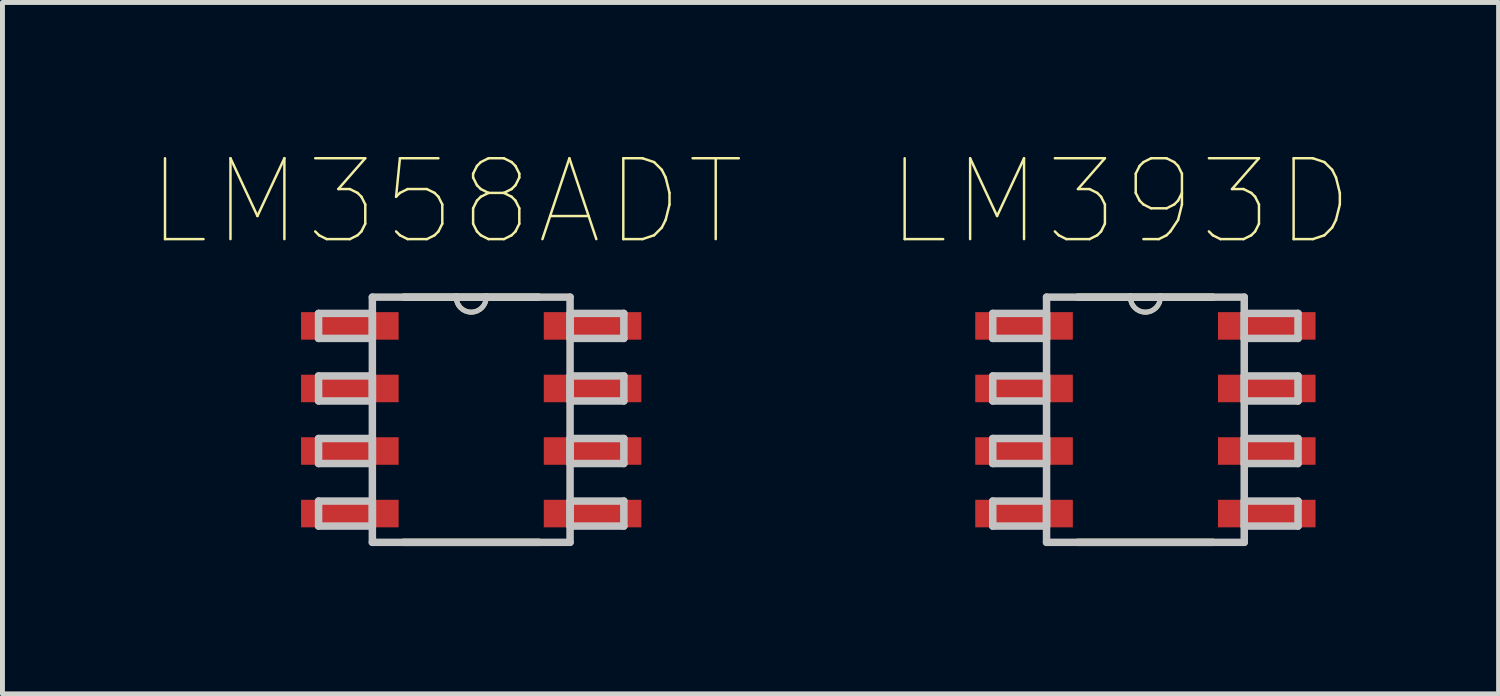
<source format=kicad_pcb>
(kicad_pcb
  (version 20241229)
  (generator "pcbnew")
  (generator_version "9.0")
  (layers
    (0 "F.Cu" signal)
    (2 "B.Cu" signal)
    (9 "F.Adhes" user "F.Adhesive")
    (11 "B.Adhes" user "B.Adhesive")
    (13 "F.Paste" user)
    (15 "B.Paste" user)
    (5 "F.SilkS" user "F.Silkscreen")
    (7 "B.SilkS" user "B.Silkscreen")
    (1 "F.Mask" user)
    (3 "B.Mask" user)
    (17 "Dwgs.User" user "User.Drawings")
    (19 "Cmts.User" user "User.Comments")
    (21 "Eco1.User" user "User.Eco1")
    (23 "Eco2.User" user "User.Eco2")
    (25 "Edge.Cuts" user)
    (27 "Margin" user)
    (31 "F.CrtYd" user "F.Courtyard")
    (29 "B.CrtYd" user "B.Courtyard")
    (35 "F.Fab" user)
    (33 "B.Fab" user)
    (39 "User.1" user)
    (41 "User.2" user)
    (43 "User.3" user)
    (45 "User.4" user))
  (footprint "LM358ADT"
    (layer "F.Cu")
    (at 6.517 5.472)
    (property "Reference" "LM358ADT" (at -0.509 -4.424 0) (layer "F.SilkS") (effects (font (size 1.642 1.642) (thickness 0.05))))
    (attr smd)
    (fp_line (start -1.372 2.489) (end 1.372 2.489) (stroke (width 0.152) (type solid)) (layer "F.SilkS"))
    (fp_line (start -0.305 -2.489) (end -1.372 -2.489) (stroke (width 0.152) (type solid)) (layer "F.SilkS"))
    (fp_line (start 0.305 -2.489) (end -0.305 -2.489) (stroke (width 0.152) (type solid)) (layer "F.SilkS"))
    (fp_line (start 1.372 -2.489) (end 0.305 -2.489) (stroke (width 0.152) (type solid)) (layer "F.SilkS"))
    (fp_arc (start 0.3048 -2.4892) (mid 0 -2.1844) (end -0.3048 -2.4892) (stroke (width 0.1) (type solid)) (layer "F.SilkS"))
    (fp_line (start -3.099 -2.159) (end -3.099 -1.651) (stroke (width 0.152) (type solid)) (layer "Dwgs.User"))
    (fp_line (start -3.099 -1.651) (end -2.007 -1.651) (stroke (width 0.152) (type solid)) (layer "Dwgs.User"))
    (fp_line (start -3.099 -0.889) (end -3.099 -0.381) (stroke (width 0.152) (type solid)) (layer "Dwgs.User"))
    (fp_line (start -3.099 -0.381) (end -2.007 -0.381) (stroke (width 0.152) (type solid)) (layer "Dwgs.User"))
    (fp_line (start -3.099 0.381) (end -3.099 0.889) (stroke (width 0.152) (type solid)) (layer "Dwgs.User"))
    (fp_line (start -3.099 0.889) (end -2.007 0.889) (stroke (width 0.152) (type solid)) (layer "Dwgs.User"))
    (fp_line (start -3.099 1.651) (end -3.099 2.159) (stroke (width 0.152) (type solid)) (layer "Dwgs.User"))
    (fp_line (start -3.099 2.159) (end -2.007 2.159) (stroke (width 0.152) (type solid)) (layer "Dwgs.User"))
    (fp_line (start -2.007 -2.489) (end -2.007 2.489) (stroke (width 0.152) (type solid)) (layer "Dwgs.User"))
    (fp_line (start -2.007 -2.159) (end -3.099 -2.159) (stroke (width 0.152) (type solid)) (layer "Dwgs.User"))
    (fp_line (start -2.007 -1.651) (end -2.007 -2.159) (stroke (width 0.152) (type solid)) (layer "Dwgs.User"))
    (fp_line (start -2.007 -0.889) (end -3.099 -0.889) (stroke (width 0.152) (type solid)) (layer "Dwgs.User"))
    (fp_line (start -2.007 -0.381) (end -2.007 -0.889) (stroke (width 0.152) (type solid)) (layer "Dwgs.User"))
    (fp_line (start -2.007 0.381) (end -3.099 0.381) (stroke (width 0.152) (type solid)) (layer "Dwgs.User"))
    (fp_line (start -2.007 0.889) (end -2.007 0.381) (stroke (width 0.152) (type solid)) (layer "Dwgs.User"))
    (fp_line (start -2.007 1.651) (end -3.099 1.651) (stroke (width 0.152) (type solid)) (layer "Dwgs.User"))
    (fp_line (start -2.007 2.159) (end -2.007 1.651) (stroke (width 0.152) (type solid)) (layer "Dwgs.User"))
    (fp_line (start -2.007 2.489) (end 2.007 2.489) (stroke (width 0.152) (type solid)) (layer "Dwgs.User"))
    (fp_line (start -0.305 -2.489) (end -2.007 -2.489) (stroke (width 0.152) (type solid)) (layer "Dwgs.User"))
    (fp_line (start 0.305 -2.489) (end -0.305 -2.489) (stroke (width 0.152) (type solid)) (layer "Dwgs.User"))
    (fp_line (start 2.007 -2.489) (end 0.305 -2.489) (stroke (width 0.152) (type solid)) (layer "Dwgs.User"))
    (fp_line (start 2.007 -2.159) (end 2.007 -1.651) (stroke (width 0.152) (type solid)) (layer "Dwgs.User"))
    (fp_line (start 2.007 -1.651) (end 3.099 -1.651) (stroke (width 0.152) (type solid)) (layer "Dwgs.User"))
    (fp_line (start 2.007 -0.889) (end 2.007 -0.381) (stroke (width 0.152) (type solid)) (layer "Dwgs.User"))
    (fp_line (start 2.007 -0.381) (end 3.099 -0.381) (stroke (width 0.152) (type solid)) (layer "Dwgs.User"))
    (fp_line (start 2.007 0.381) (end 2.007 0.889) (stroke (width 0.152) (type solid)) (layer "Dwgs.User"))
    (fp_line (start 2.007 0.889) (end 3.099 0.889) (stroke (width 0.152) (type solid)) (layer "Dwgs.User"))
    (fp_line (start 2.007 1.651) (end 2.007 2.159) (stroke (width 0.152) (type solid)) (layer "Dwgs.User"))
    (fp_line (start 2.007 2.159) (end 3.099 2.159) (stroke (width 0.152) (type solid)) (layer "Dwgs.User"))
    (fp_line (start 2.007 2.489) (end 2.007 -2.489) (stroke (width 0.152) (type solid)) (layer "Dwgs.User"))
    (fp_line (start 3.099 -2.159) (end 2.007 -2.159) (stroke (width 0.152) (type solid)) (layer "Dwgs.User"))
    (fp_line (start 3.099 -1.651) (end 3.099 -2.159) (stroke (width 0.152) (type solid)) (layer "Dwgs.User"))
    (fp_line (start 3.099 -0.889) (end 2.007 -0.889) (stroke (width 0.152) (type solid)) (layer "Dwgs.User"))
    (fp_line (start 3.099 -0.381) (end 3.099 -0.889) (stroke (width 0.152) (type solid)) (layer "Dwgs.User"))
    (fp_line (start 3.099 0.381) (end 2.007 0.381) (stroke (width 0.152) (type solid)) (layer "Dwgs.User"))
    (fp_line (start 3.099 0.889) (end 3.099 0.381) (stroke (width 0.152) (type solid)) (layer "Dwgs.User"))
    (fp_line (start 3.099 1.651) (end 2.007 1.651) (stroke (width 0.152) (type solid)) (layer "Dwgs.User"))
    (fp_line (start 3.099 2.159) (end 3.099 1.651) (stroke (width 0.152) (type solid)) (layer "Dwgs.User"))
    (fp_arc (start 0.3048 -2.4892) (mid 0 -2.1844) (end -0.3048 -2.4892) (stroke (width 0.1) (type solid)) (layer "Dwgs.User"))
    (pad "1" smd rect (at -2.464 -1.905) (size 1.981 0.559) (layers "F.Cu" "F.Mask" "F.Paste"))
    (pad "2" smd rect (at -2.464 -0.635) (size 1.981 0.559) (layers "F.Cu" "F.Mask" "F.Paste"))
    (pad "3" smd rect (at -2.464 0.635) (size 1.981 0.559) (layers "F.Cu" "F.Mask" "F.Paste"))
    (pad "4" smd rect (at -2.464 1.905) (size 1.981 0.559) (layers "F.Cu" "F.Mask" "F.Paste"))
    (pad "5" smd rect (at 2.464 1.905) (size 1.981 0.559) (layers "F.Cu" "F.Mask" "F.Paste"))
    (pad "6" smd rect (at 2.464 0.635) (size 1.981 0.559) (layers "F.Cu" "F.Mask" "F.Paste"))
    (pad "7" smd rect (at 2.464 -0.635) (size 1.981 0.559) (layers "F.Cu" "F.Mask" "F.Paste"))
    (pad "8" smd rect (at 2.464 -1.905) (size 1.981 0.559) (layers "F.Cu" "F.Mask" "F.Paste")))
  (footprint "LM393D"
    (layer "F.Cu")
    (at 20.205 5.472)
    (property "Reference" "LM393D" (at -0.509 -4.424 0) (layer "F.SilkS") (effects (font (size 1.642 1.642) (thickness 0.05))))
    (attr smd)
    (fp_line (start -1.372 2.489) (end 1.372 2.489) (stroke (width 0.152) (type solid)) (layer "F.SilkS"))
    (fp_line (start -0.305 -2.489) (end -1.372 -2.489) (stroke (width 0.152) (type solid)) (layer "F.SilkS"))
    (fp_line (start 0.305 -2.489) (end -0.305 -2.489) (stroke (width 0.152) (type solid)) (layer "F.SilkS"))
    (fp_line (start 1.372 -2.489) (end 0.305 -2.489) (stroke (width 0.152) (type solid)) (layer "F.SilkS"))
    (fp_arc (start 0.3048 -2.4892) (mid 0 -2.1844) (end -0.3048 -2.4892) (stroke (width 0.1) (type solid)) (layer "F.SilkS"))
    (fp_line (start -3.099 -2.159) (end -3.099 -1.651) (stroke (width 0.152) (type solid)) (layer "Dwgs.User"))
    (fp_line (start -3.099 -1.651) (end -2.007 -1.651) (stroke (width 0.152) (type solid)) (layer "Dwgs.User"))
    (fp_line (start -3.099 -0.889) (end -3.099 -0.381) (stroke (width 0.152) (type solid)) (layer "Dwgs.User"))
    (fp_line (start -3.099 -0.381) (end -2.007 -0.381) (stroke (width 0.152) (type solid)) (layer "Dwgs.User"))
    (fp_line (start -3.099 0.381) (end -3.099 0.889) (stroke (width 0.152) (type solid)) (layer "Dwgs.User"))
    (fp_line (start -3.099 0.889) (end -2.007 0.889) (stroke (width 0.152) (type solid)) (layer "Dwgs.User"))
    (fp_line (start -3.099 1.651) (end -3.099 2.159) (stroke (width 0.152) (type solid)) (layer "Dwgs.User"))
    (fp_line (start -3.099 2.159) (end -2.007 2.159) (stroke (width 0.152) (type solid)) (layer "Dwgs.User"))
    (fp_line (start -2.007 -2.489) (end -2.007 2.489) (stroke (width 0.152) (type solid)) (layer "Dwgs.User"))
    (fp_line (start -2.007 -2.159) (end -3.099 -2.159) (stroke (width 0.152) (type solid)) (layer "Dwgs.User"))
    (fp_line (start -2.007 -1.651) (end -2.007 -2.159) (stroke (width 0.152) (type solid)) (layer "Dwgs.User"))
    (fp_line (start -2.007 -0.889) (end -3.099 -0.889) (stroke (width 0.152) (type solid)) (layer "Dwgs.User"))
    (fp_line (start -2.007 -0.381) (end -2.007 -0.889) (stroke (width 0.152) (type solid)) (layer "Dwgs.User"))
    (fp_line (start -2.007 0.381) (end -3.099 0.381) (stroke (width 0.152) (type solid)) (layer "Dwgs.User"))
    (fp_line (start -2.007 0.889) (end -2.007 0.381) (stroke (width 0.152) (type solid)) (layer "Dwgs.User"))
    (fp_line (start -2.007 1.651) (end -3.099 1.651) (stroke (width 0.152) (type solid)) (layer "Dwgs.User"))
    (fp_line (start -2.007 2.159) (end -2.007 1.651) (stroke (width 0.152) (type solid)) (layer "Dwgs.User"))
    (fp_line (start -2.007 2.489) (end 2.007 2.489) (stroke (width 0.152) (type solid)) (layer "Dwgs.User"))
    (fp_line (start -0.305 -2.489) (end -2.007 -2.489) (stroke (width 0.152) (type solid)) (layer "Dwgs.User"))
    (fp_line (start 0.305 -2.489) (end -0.305 -2.489) (stroke (width 0.152) (type solid)) (layer "Dwgs.User"))
    (fp_line (start 2.007 -2.489) (end 0.305 -2.489) (stroke (width 0.152) (type solid)) (layer "Dwgs.User"))
    (fp_line (start 2.007 -2.159) (end 2.007 -1.651) (stroke (width 0.152) (type solid)) (layer "Dwgs.User"))
    (fp_line (start 2.007 -1.651) (end 3.099 -1.651) (stroke (width 0.152) (type solid)) (layer "Dwgs.User"))
    (fp_line (start 2.007 -0.889) (end 2.007 -0.381) (stroke (width 0.152) (type solid)) (layer "Dwgs.User"))
    (fp_line (start 2.007 -0.381) (end 3.099 -0.381) (stroke (width 0.152) (type solid)) (layer "Dwgs.User"))
    (fp_line (start 2.007 0.381) (end 2.007 0.889) (stroke (width 0.152) (type solid)) (layer "Dwgs.User"))
    (fp_line (start 2.007 0.889) (end 3.099 0.889) (stroke (width 0.152) (type solid)) (layer "Dwgs.User"))
    (fp_line (start 2.007 1.651) (end 2.007 2.159) (stroke (width 0.152) (type solid)) (layer "Dwgs.User"))
    (fp_line (start 2.007 2.159) (end 3.099 2.159) (stroke (width 0.152) (type solid)) (layer "Dwgs.User"))
    (fp_line (start 2.007 2.489) (end 2.007 -2.489) (stroke (width 0.152) (type solid)) (layer "Dwgs.User"))
    (fp_line (start 3.099 -2.159) (end 2.007 -2.159) (stroke (width 0.152) (type solid)) (layer "Dwgs.User"))
    (fp_line (start 3.099 -1.651) (end 3.099 -2.159) (stroke (width 0.152) (type solid)) (layer "Dwgs.User"))
    (fp_line (start 3.099 -0.889) (end 2.007 -0.889) (stroke (width 0.152) (type solid)) (layer "Dwgs.User"))
    (fp_line (start 3.099 -0.381) (end 3.099 -0.889) (stroke (width 0.152) (type solid)) (layer "Dwgs.User"))
    (fp_line (start 3.099 0.381) (end 2.007 0.381) (stroke (width 0.152) (type solid)) (layer "Dwgs.User"))
    (fp_line (start 3.099 0.889) (end 3.099 0.381) (stroke (width 0.152) (type solid)) (layer "Dwgs.User"))
    (fp_line (start 3.099 1.651) (end 2.007 1.651) (stroke (width 0.152) (type solid)) (layer "Dwgs.User"))
    (fp_line (start 3.099 2.159) (end 3.099 1.651) (stroke (width 0.152) (type solid)) (layer "Dwgs.User"))
    (fp_arc (start 0.3048 -2.4892) (mid 0 -2.1844) (end -0.3048 -2.4892) (stroke (width 0.1) (type solid)) (layer "Dwgs.User"))
    (pad "1" smd rect (at -2.464 -1.905) (size 1.981 0.559) (layers "F.Cu" "F.Mask" "F.Paste"))
    (pad "2" smd rect (at -2.464 -0.635) (size 1.981 0.559) (layers "F.Cu" "F.Mask" "F.Paste"))
    (pad "3" smd rect (at -2.464 0.635) (size 1.981 0.559) (layers "F.Cu" "F.Mask" "F.Paste"))
    (pad "4" smd rect (at -2.464 1.905) (size 1.981 0.559) (layers "F.Cu" "F.Mask" "F.Paste"))
    (pad "5" smd rect (at 2.464 1.905) (size 1.981 0.559) (layers "F.Cu" "F.Mask" "F.Paste"))
    (pad "6" smd rect (at 2.464 0.635) (size 1.981 0.559) (layers "F.Cu" "F.Mask" "F.Paste"))
    (pad "7" smd rect (at 2.464 -0.635) (size 1.981 0.559) (layers "F.Cu" "F.Mask" "F.Paste"))
    (pad "8" smd rect (at 2.464 -1.905) (size 1.981 0.559) (layers "F.Cu" "F.Mask" "F.Paste")))
  (gr_rect
    (start -3 -3)
    (end 27.376 11.038)
    (stroke (width 0.1) (type default))
    (fill no)
    (layer "Edge.Cuts")))
</source>
